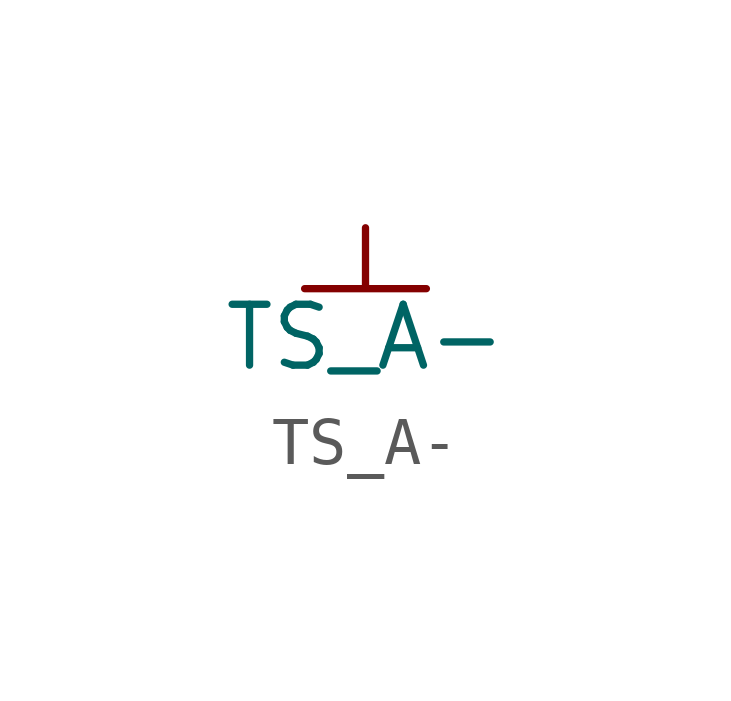
<source format=kicad_sym>
(kicad_symbol_lib
  (version 20231120)
  (generator "kicad_symbol_editor")
  (generator_version "8.0")
  (symbol "TS_A-"
    (power)
    (pin_names
      (offset 0))
    (property "Reference" "#PWR"
      (at 0 -6.35 0)
      (effects (font (size 1.27 1.27)) (hide yes)))
    (property "Value" "TS_A-"
      (at 0 -2.286 0)
      (effects (font (size 1.27 1.27))))
    (symbol "TS_A-_0_1"
      (polyline (pts (xy 0 0) (xy 0 -1.27) (xy -1.27 -1.27) (xy 1.27 -1.27) (xy 0 -1.27)) (stroke (width 0) (type default)) (fill (type none))))
    (symbol "TS_A-_1_1"
      (pin power_in line (at 0 0 270) (length 0) hide (name "TS_A-" (effects (font (size 1.27 1.27)))) (number "1" (effects (font (size 1.27 1.27))))))))
</source>
